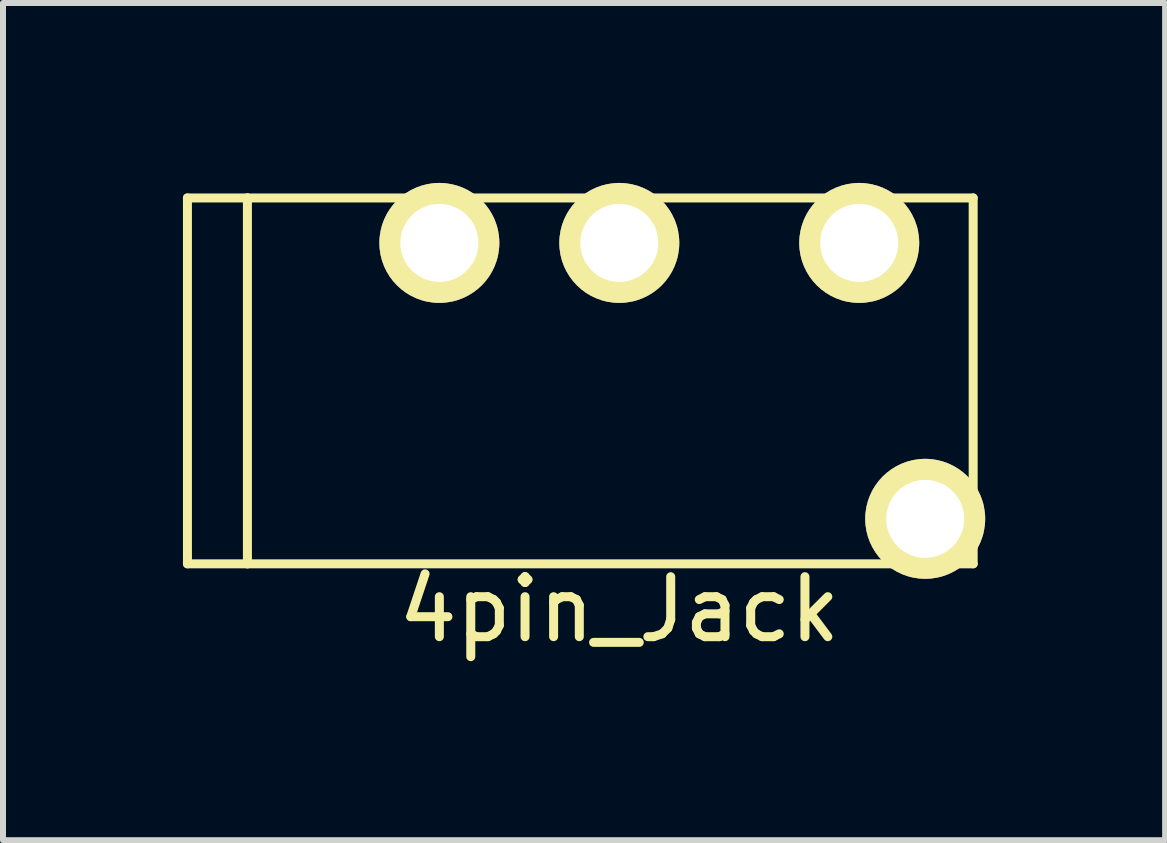
<source format=kicad_pcb>
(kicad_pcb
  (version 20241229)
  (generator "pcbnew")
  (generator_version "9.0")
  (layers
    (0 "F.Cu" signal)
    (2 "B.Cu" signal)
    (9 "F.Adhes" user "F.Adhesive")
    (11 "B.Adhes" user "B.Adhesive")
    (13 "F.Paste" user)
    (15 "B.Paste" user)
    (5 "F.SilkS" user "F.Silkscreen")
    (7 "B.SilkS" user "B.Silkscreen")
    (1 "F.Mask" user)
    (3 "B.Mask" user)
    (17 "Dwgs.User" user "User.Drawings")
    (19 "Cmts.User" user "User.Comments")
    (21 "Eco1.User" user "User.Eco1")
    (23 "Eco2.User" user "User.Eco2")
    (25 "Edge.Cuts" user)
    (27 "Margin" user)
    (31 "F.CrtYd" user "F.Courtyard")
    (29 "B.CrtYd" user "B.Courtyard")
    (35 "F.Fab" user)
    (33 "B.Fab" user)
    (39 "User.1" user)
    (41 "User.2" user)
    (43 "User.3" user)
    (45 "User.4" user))
  (footprint "4pin_Jack"
    (layer "F.Cu")
    (at 7.275 3.3)
    (property "Reference" "4pin_Jack" (at 0 3.81 0) (layer "F.SilkS") (effects (font (size 1 1) (thickness 0.15))))
    (attr through_hole)
    (fp_line (start -7.2 -3.05) (end -7.2 3.05) (stroke (width 0.15) (type solid)) (layer "F.SilkS"))
    (fp_line (start -7.2 3.05) (end -6.2 3.05) (stroke (width 0.15) (type solid)) (layer "F.SilkS"))
    (fp_line (start -6.2 -3.05) (end -7.2 -3.05) (stroke (width 0.15) (type solid)) (layer "F.SilkS"))
    (fp_line (start -6.2 -3.05) (end -6.2 3.05) (stroke (width 0.15) (type solid)) (layer "F.SilkS"))
    (fp_line (start -6.2 -3.05) (end 5.9 -3.05) (stroke (width 0.15) (type solid)) (layer "F.SilkS"))
    (fp_line (start -6.2 3.05) (end 5.9 3.05) (stroke (width 0.15) (type solid)) (layer "F.SilkS"))
    (fp_line (start 5.9 3.05) (end 5.9 -3.05) (stroke (width 0.15) (type solid)) (layer "F.SilkS"))
    (pad "1" thru_hole circle (at -3 -2.3) (size 2 2) (drill 1.3) (layers "*.Cu" "*.Mask" "F.SilkS"))
    (pad "2" thru_hole circle (at 0 -2.3) (size 2 2) (drill 1.3) (layers "*.Cu" "*.Mask" "F.SilkS"))
    (pad "3" thru_hole circle (at 4 -2.3) (size 2 2) (drill 1.3) (layers "*.Cu" "*.Mask" "F.SilkS"))
    (pad "4" thru_hole circle (at 5.1 2.3) (size 2 2) (drill 1.3) (layers "*.Cu" "*.Mask" "F.SilkS")))
  (gr_rect
    (start -3 -3)
    (end 16.375 10.958)
    (stroke (width 0.1) (type default))
    (fill no)
    (layer "Edge.Cuts")))
</source>
